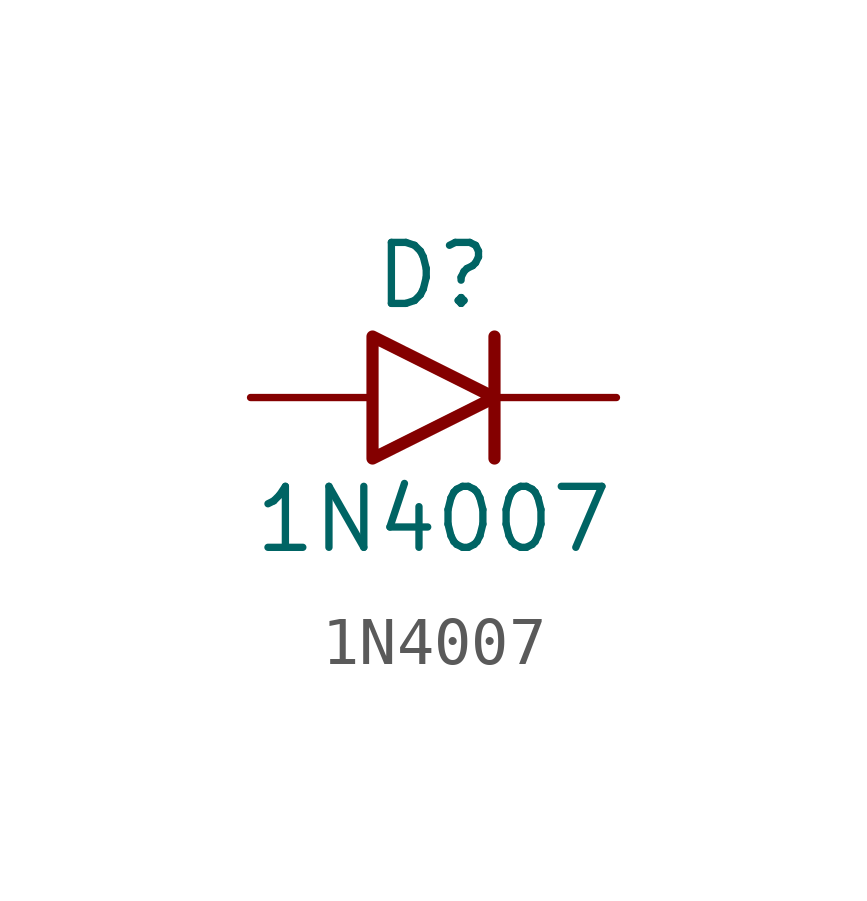
<source format=kicad_sym>
(kicad_symbol_lib
  (version 20211014)
  (generator kicad_symbol_editor)
  (symbol "1N4007"
    (pin_numbers hide)
    (pin_names
      (offset 1.016) hide)
    (property "Reference" "D"
      (at 0 2.54 0)
      (effects (font (size 1.27 1.27))))
    (property "Value" "1N4007"
      (at 0 -2.54 0)
      (effects (font (size 1.27 1.27))))
    (symbol "1N4007_0_1"
      (polyline (pts (xy 1.27 1.27) (xy 1.27 -1.27)) (stroke (width 0.254) (type default) (color 0 0 0 0)) (fill (type none)))
      (polyline (pts (xy -1.27 1.27) (xy -1.27 -1.27) (xy 1.27 0) (xy -1.27 1.27)) (stroke (width 0.254) (type default) (color 0 0 0 0)) (fill (type none))))
    (symbol "1N4007_1_1"
      (pin passive line (at 3.81 0 180) (length 2.54) (name "K" (effects (font (size 1.27 1.27)))) (number "1" (effects (font (size 1.27 1.27)))))
      (pin passive line (at -3.81 0 0) (length 2.54) (name "A" (effects (font (size 1.27 1.27)))) (number "2" (effects (font (size 1.27 1.27))))))))
</source>
